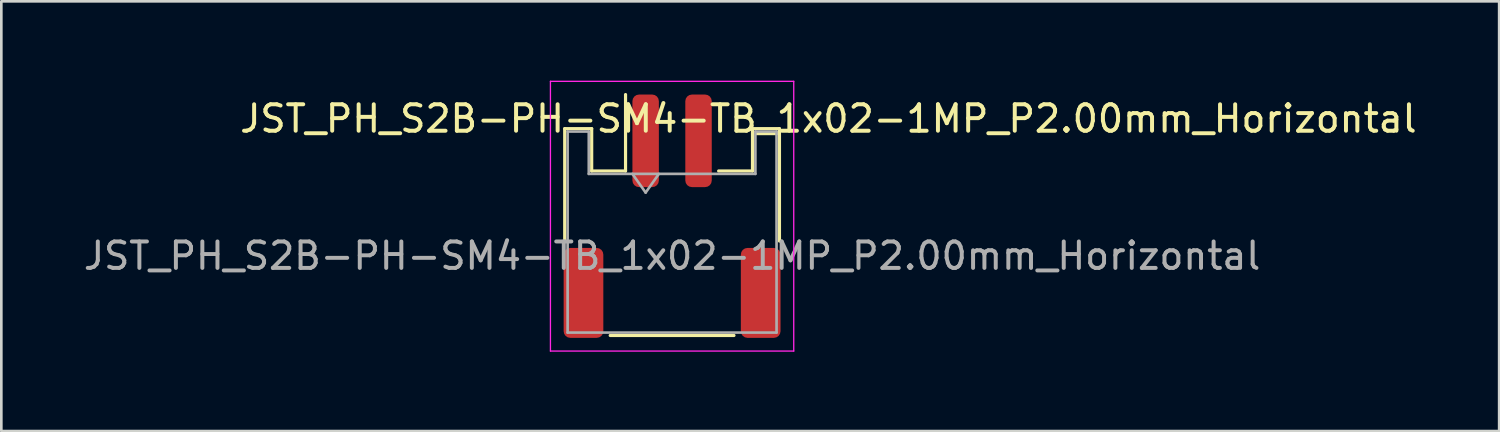
<source format=kicad_pcb>
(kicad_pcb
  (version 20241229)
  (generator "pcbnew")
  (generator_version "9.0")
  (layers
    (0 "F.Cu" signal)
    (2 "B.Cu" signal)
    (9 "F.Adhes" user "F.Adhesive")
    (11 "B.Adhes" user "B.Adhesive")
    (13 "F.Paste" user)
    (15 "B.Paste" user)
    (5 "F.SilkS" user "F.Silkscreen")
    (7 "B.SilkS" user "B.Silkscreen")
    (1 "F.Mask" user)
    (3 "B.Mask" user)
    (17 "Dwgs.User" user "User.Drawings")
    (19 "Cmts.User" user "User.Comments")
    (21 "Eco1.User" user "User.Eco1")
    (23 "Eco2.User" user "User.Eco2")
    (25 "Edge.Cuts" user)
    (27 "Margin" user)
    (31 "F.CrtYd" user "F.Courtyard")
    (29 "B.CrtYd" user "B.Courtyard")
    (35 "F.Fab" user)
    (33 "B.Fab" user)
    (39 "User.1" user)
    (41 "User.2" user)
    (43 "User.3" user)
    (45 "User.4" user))
  (footprint "JST_PH_S2B-PH-SM4-TB_1x02-1MP_P2.00mm_Horizontal"
    (layer "F.Cu")
    (at 22.363 5.125)
    (property "Reference" "JST_PH_S2B-PH-SM4-TB_1x02-1MP_P2.00mm_Horizontal" (at 5.91 -3.687 180) (layer "F.SilkS") (effects (font (size 1 1) (thickness 0.15))))
    (attr smd)
    (fp_line (start -4.06 -3.31) (end -3.04 -3.31) (stroke (width 0.12) (type solid)) (layer "F.SilkS"))
    (fp_line (start -4.06 0.94) (end -4.06 -3.31) (stroke (width 0.12) (type solid)) (layer "F.SilkS"))
    (fp_line (start -3.04 -3.31) (end -3.04 -1.71) (stroke (width 0.12) (type solid)) (layer "F.SilkS"))
    (fp_line (start -3.04 -1.71) (end -1.76 -1.71) (stroke (width 0.12) (type solid)) (layer "F.SilkS"))
    (fp_line (start -2.34 4.51) (end 2.34 4.51) (stroke (width 0.12) (type solid)) (layer "F.SilkS"))
    (fp_line (start -1.76 -1.71) (end -1.76 -4.6) (stroke (width 0.12) (type solid)) (layer "F.SilkS"))
    (fp_line (start 3.04 -3.31) (end 3.04 -1.71) (stroke (width 0.12) (type solid)) (layer "F.SilkS"))
    (fp_line (start 3.04 -1.71) (end 1.76 -1.71) (stroke (width 0.12) (type solid)) (layer "F.SilkS"))
    (fp_line (start 4.06 -3.31) (end 3.04 -3.31) (stroke (width 0.12) (type solid)) (layer "F.SilkS"))
    (fp_line (start 4.06 0.94) (end 4.06 -3.31) (stroke (width 0.12) (type solid)) (layer "F.SilkS"))
    (fp_line (start -4.6 -5.1) (end -4.6 5.1) (stroke (width 0.05) (type solid)) (layer "F.CrtYd"))
    (fp_line (start -4.6 5.1) (end 4.6 5.1) (stroke (width 0.05) (type solid)) (layer "F.CrtYd"))
    (fp_line (start 4.6 -5.1) (end -4.6 -5.1) (stroke (width 0.05) (type solid)) (layer "F.CrtYd"))
    (fp_line (start 4.6 5.1) (end 4.6 -5.1) (stroke (width 0.05) (type solid)) (layer "F.CrtYd"))
    (fp_line (start -3.95 -3.2) (end -3.95 4.4) (stroke (width 0.1) (type solid)) (layer "F.Fab"))
    (fp_line (start -3.95 -3.2) (end -3.15 -3.2) (stroke (width 0.1) (type solid)) (layer "F.Fab"))
    (fp_line (start -3.95 4.4) (end 3.95 4.4) (stroke (width 0.1) (type solid)) (layer "F.Fab"))
    (fp_line (start -3.15 -3.2) (end -3.15 -1.6) (stroke (width 0.1) (type solid)) (layer "F.Fab"))
    (fp_line (start -3.15 -1.6) (end 3.15 -1.6) (stroke (width 0.1) (type solid)) (layer "F.Fab"))
    (fp_line (start -1.5 -1.6) (end -1 -0.893) (stroke (width 0.1) (type solid)) (layer "F.Fab"))
    (fp_line (start -1 -0.893) (end -0.5 -1.6) (stroke (width 0.1) (type solid)) (layer "F.Fab"))
    (fp_line (start 3.15 -3.2) (end 3.95 -3.2) (stroke (width 0.1) (type solid)) (layer "F.Fab"))
    (fp_line (start 3.15 -1.6) (end 3.15 -3.2) (stroke (width 0.1) (type solid)) (layer "F.Fab"))
    (fp_line (start 3.95 -3.2) (end 3.95 4.4) (stroke (width 0.1) (type solid)) (layer "F.Fab"))
    (fp_text user "${REFERENCE}" (at 0 1.5 180) (layer "F.Fab") (effects (font (size 1 1) (thickness 0.15))))
    (pad "1" smd roundrect (at -1 -2.85) (size 1 3.5) (layers "F.Cu" "F.Mask" "F.Paste") (roundrect_rratio 0.25))
    (pad "2" smd roundrect (at 1 -2.85) (size 1 3.5) (layers "F.Cu" "F.Mask" "F.Paste") (roundrect_rratio 0.25))
    (pad "MP" smd roundrect (at -3.35 2.9) (size 1.5 3.4) (layers "F.Cu" "F.Mask" "F.Paste") (roundrect_rratio 0.167))
    (pad "MP" smd roundrect (at 3.35 2.9) (size 1.5 3.4) (layers "F.Cu" "F.Mask" "F.Paste") (roundrect_rratio 0.167)))
  (gr_rect
    (start -3 -3)
    (end 53.636 13.25)
    (stroke (width 0.1) (type default))
    (fill no)
    (layer "Edge.Cuts")))
</source>
